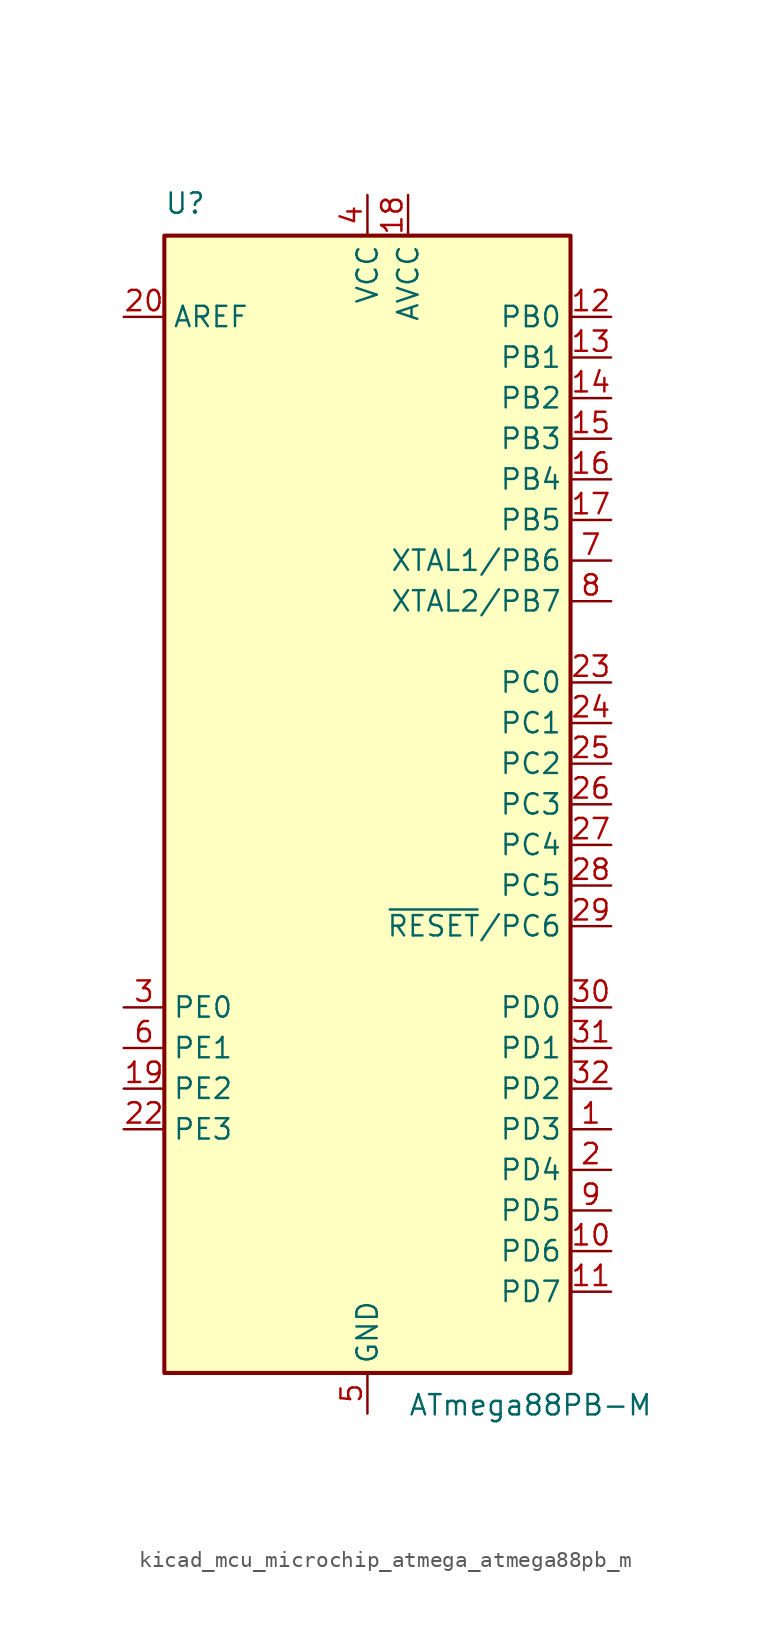
<source format=kicad_sym>
(kicad_symbol_lib
  (version 20220914)
  (generator kicad_symbol_editor)
  (symbol "kicad_mcu_microchip_atmega_atmega88pb_m"
    (property "Reference" "U"
      (at -12.7 36.83 0)
      (effects (font (size 1.27 1.27)) (justify left bottom)))
    (property "Value" "ATmega88PB-M"
      (at 2.54 -36.83 0)
      (effects (font (size 1.27 1.27)) (justify left top)))
    (symbol "kicad_mcu_microchip_atmega_atmega88pb_m_0_1"
      (rectangle (start -12.7 -35.56) (end 12.7 35.56) (stroke (width 0.254) (type default)) (fill (type background))))
    (symbol "kicad_mcu_microchip_atmega_atmega88pb_m_1_1"
      (pin bidirectional line (at 15.24 -20.32 180) (length 2.54) (name "PD3" (effects (font (size 1.27 1.27)))) (number "1" (effects (font (size 1.27 1.27)))))
      (pin bidirectional line (at 15.24 -27.94 180) (length 2.54) (name "PD6" (effects (font (size 1.27 1.27)))) (number "10" (effects (font (size 1.27 1.27)))))
      (pin bidirectional line (at 15.24 -30.48 180) (length 2.54) (name "PD7" (effects (font (size 1.27 1.27)))) (number "11" (effects (font (size 1.27 1.27)))))
      (pin bidirectional line (at 15.24 30.48 180) (length 2.54) (name "PB0" (effects (font (size 1.27 1.27)))) (number "12" (effects (font (size 1.27 1.27)))))
      (pin bidirectional line (at 15.24 27.94 180) (length 2.54) (name "PB1" (effects (font (size 1.27 1.27)))) (number "13" (effects (font (size 1.27 1.27)))))
      (pin bidirectional line (at 15.24 25.4 180) (length 2.54) (name "PB2" (effects (font (size 1.27 1.27)))) (number "14" (effects (font (size 1.27 1.27)))))
      (pin bidirectional line (at 15.24 22.86 180) (length 2.54) (name "PB3" (effects (font (size 1.27 1.27)))) (number "15" (effects (font (size 1.27 1.27)))))
      (pin bidirectional line (at 15.24 20.32 180) (length 2.54) (name "PB4" (effects (font (size 1.27 1.27)))) (number "16" (effects (font (size 1.27 1.27)))))
      (pin bidirectional line (at 15.24 17.78 180) (length 2.54) (name "PB5" (effects (font (size 1.27 1.27)))) (number "17" (effects (font (size 1.27 1.27)))))
      (pin power_in line (at 2.54 38.1 270) (length 2.54) (name "AVCC" (effects (font (size 1.27 1.27)))) (number "18" (effects (font (size 1.27 1.27)))))
      (pin bidirectional line (at -15.24 -17.78 0) (length 2.54) (name "PE2" (effects (font (size 1.27 1.27)))) (number "19" (effects (font (size 1.27 1.27)))))
      (pin bidirectional line (at 15.24 -22.86 180) (length 2.54) (name "PD4" (effects (font (size 1.27 1.27)))) (number "2" (effects (font (size 1.27 1.27)))))
      (pin passive line (at -15.24 30.48 0) (length 2.54) (name "AREF" (effects (font (size 1.27 1.27)))) (number "20" (effects (font (size 1.27 1.27)))))
      (pin passive line (at 0 -38.1 90) (length 2.54) hide (name "GND" (effects (font (size 1.27 1.27)))) (number "21" (effects (font (size 1.27 1.27)))))
      (pin bidirectional line (at -15.24 -20.32 0) (length 2.54) (name "PE3" (effects (font (size 1.27 1.27)))) (number "22" (effects (font (size 1.27 1.27)))))
      (pin bidirectional line (at 15.24 7.62 180) (length 2.54) (name "PC0" (effects (font (size 1.27 1.27)))) (number "23" (effects (font (size 1.27 1.27)))))
      (pin bidirectional line (at 15.24 5.08 180) (length 2.54) (name "PC1" (effects (font (size 1.27 1.27)))) (number "24" (effects (font (size 1.27 1.27)))))
      (pin bidirectional line (at 15.24 2.54 180) (length 2.54) (name "PC2" (effects (font (size 1.27 1.27)))) (number "25" (effects (font (size 1.27 1.27)))))
      (pin bidirectional line (at 15.24 0 180) (length 2.54) (name "PC3" (effects (font (size 1.27 1.27)))) (number "26" (effects (font (size 1.27 1.27)))))
      (pin bidirectional line (at 15.24 -2.54 180) (length 2.54) (name "PC4" (effects (font (size 1.27 1.27)))) (number "27" (effects (font (size 1.27 1.27)))))
      (pin bidirectional line (at 15.24 -5.08 180) (length 2.54) (name "PC5" (effects (font (size 1.27 1.27)))) (number "28" (effects (font (size 1.27 1.27)))))
      (pin bidirectional line (at 15.24 -7.62 180) (length 2.54) (name "~{RESET}/PC6" (effects (font (size 1.27 1.27)))) (number "29" (effects (font (size 1.27 1.27)))))
      (pin bidirectional line (at -15.24 -12.7 0) (length 2.54) (name "PE0" (effects (font (size 1.27 1.27)))) (number "3" (effects (font (size 1.27 1.27)))))
      (pin bidirectional line (at 15.24 -12.7 180) (length 2.54) (name "PD0" (effects (font (size 1.27 1.27)))) (number "30" (effects (font (size 1.27 1.27)))))
      (pin bidirectional line (at 15.24 -15.24 180) (length 2.54) (name "PD1" (effects (font (size 1.27 1.27)))) (number "31" (effects (font (size 1.27 1.27)))))
      (pin bidirectional line (at 15.24 -17.78 180) (length 2.54) (name "PD2" (effects (font (size 1.27 1.27)))) (number "32" (effects (font (size 1.27 1.27)))))
      (pin passive line (at 0 -38.1 90) (length 2.54) hide (name "GND" (effects (font (size 1.27 1.27)))) (number "33" (effects (font (size 1.27 1.27)))))
      (pin power_in line (at 0 38.1 270) (length 2.54) (name "VCC" (effects (font (size 1.27 1.27)))) (number "4" (effects (font (size 1.27 1.27)))))
      (pin power_in line (at 0 -38.1 90) (length 2.54) (name "GND" (effects (font (size 1.27 1.27)))) (number "5" (effects (font (size 1.27 1.27)))))
      (pin bidirectional line (at -15.24 -15.24 0) (length 2.54) (name "PE1" (effects (font (size 1.27 1.27)))) (number "6" (effects (font (size 1.27 1.27)))))
      (pin bidirectional line (at 15.24 15.24 180) (length 2.54) (name "XTAL1/PB6" (effects (font (size 1.27 1.27)))) (number "7" (effects (font (size 1.27 1.27)))))
      (pin bidirectional line (at 15.24 12.7 180) (length 2.54) (name "XTAL2/PB7" (effects (font (size 1.27 1.27)))) (number "8" (effects (font (size 1.27 1.27)))))
      (pin bidirectional line (at 15.24 -25.4 180) (length 2.54) (name "PD5" (effects (font (size 1.27 1.27)))) (number "9" (effects (font (size 1.27 1.27))))))))
</source>
